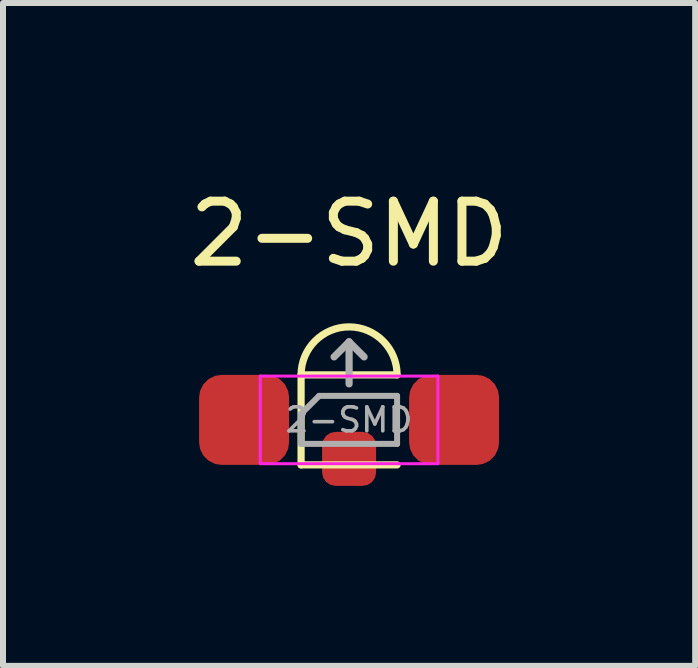
<source format=kicad_pcb>
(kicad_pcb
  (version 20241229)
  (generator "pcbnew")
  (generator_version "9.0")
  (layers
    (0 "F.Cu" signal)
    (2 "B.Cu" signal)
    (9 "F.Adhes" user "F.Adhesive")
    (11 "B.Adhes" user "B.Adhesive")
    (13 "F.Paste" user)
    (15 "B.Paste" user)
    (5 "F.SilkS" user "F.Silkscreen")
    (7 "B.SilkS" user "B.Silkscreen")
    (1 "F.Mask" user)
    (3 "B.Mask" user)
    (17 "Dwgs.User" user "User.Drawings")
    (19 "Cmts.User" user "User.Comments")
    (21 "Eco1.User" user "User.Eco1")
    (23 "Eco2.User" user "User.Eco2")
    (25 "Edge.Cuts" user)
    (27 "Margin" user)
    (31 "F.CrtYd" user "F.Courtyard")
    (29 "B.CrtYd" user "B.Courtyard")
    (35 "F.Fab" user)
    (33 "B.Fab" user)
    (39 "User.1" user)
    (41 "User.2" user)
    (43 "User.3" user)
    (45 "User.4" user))
  (footprint "2-SMD"
    (layer "F.Cu")
    (at 2.768 3.948)
    (property "Reference" "2-SMD" (at 0 -3.1 0) (layer "F.SilkS") (effects (font (size 1 1) (thickness 0.15))))
    (attr through_hole)
    (fp_line (start -0.8 -0.75) (end -0.8 0.75) (stroke (width 0.12) (type solid)) (layer "F.SilkS"))
    (fp_line (start -0.8 0.75) (end 0.8 0.75) (stroke (width 0.12) (type solid)) (layer "F.SilkS"))
    (fp_line (start 0.8 -0.75) (end -0.8 -0.75) (stroke (width 0.12) (type solid)) (layer "F.SilkS"))
    (fp_arc (start -0.8 -0.75) (mid 0 -1.55) (end 0.8 -0.75) (stroke (width 0.12) (type solid)) (layer "F.SilkS"))
    (fp_line (start -1.48 -0.73) (end 1.48 -0.73) (stroke (width 0.05) (type solid)) (layer "F.CrtYd"))
    (fp_line (start -1.48 0.73) (end -1.48 -0.73) (stroke (width 0.05) (type solid)) (layer "F.CrtYd"))
    (fp_line (start 1.48 -0.73) (end 1.48 0.73) (stroke (width 0.05) (type solid)) (layer "F.CrtYd"))
    (fp_line (start 1.48 0.73) (end -1.48 0.73) (stroke (width 0.05) (type solid)) (layer "F.CrtYd"))
    (fp_line (start -0.8 -0.1) (end -0.8 0.4) (stroke (width 0.1) (type solid)) (layer "F.Fab"))
    (fp_line (start -0.8 0.4) (end 0.8 0.4) (stroke (width 0.1) (type solid)) (layer "F.Fab"))
    (fp_line (start -0.5 -0.4) (end -0.8 -0.1) (stroke (width 0.1) (type solid)) (layer "F.Fab"))
    (fp_line (start 0 -1.3) (end -0.25 -1.05) (stroke (width 0.12) (type solid)) (layer "F.Fab"))
    (fp_line (start 0 -1.3) (end 0.25 -1.05) (stroke (width 0.12) (type solid)) (layer "F.Fab"))
    (fp_line (start 0 -0.6) (end 0 -1.3) (stroke (width 0.12) (type solid)) (layer "F.Fab"))
    (fp_line (start 0.8 -0.4) (end -0.5 -0.4) (stroke (width 0.1) (type solid)) (layer "F.Fab"))
    (fp_line (start 0.8 0.4) (end 0.8 -0.4) (stroke (width 0.1) (type solid)) (layer "F.Fab"))
    (fp_text user "${REFERENCE}" (at 0 0 0) (layer "F.Fab") (effects (font (size 0.4 0.4) (thickness 0.06))))
    (pad "1" smd roundrect (at -1.75 0) (size 1.5 1.5) (layers "F.Cu" "F.Mask" "F.Paste") (roundrect_rratio 0.25))
    (pad "2" smd roundrect (at 1.75 0) (size 1.5 1.5) (layers "F.Cu" "F.Mask" "F.Paste") (roundrect_rratio 0.25))
    (pad "3" smd roundrect (at 0 0.65) (size 0.9 0.9) (layers "F.Cu" "F.Mask" "F.Paste") (roundrect_rratio 0.25)))
  (gr_rect
    (start -3 -3)
    (end 8.536 8.048)
    (stroke (width 0.1) (type default))
    (fill no)
    (layer "Edge.Cuts")))
</source>
